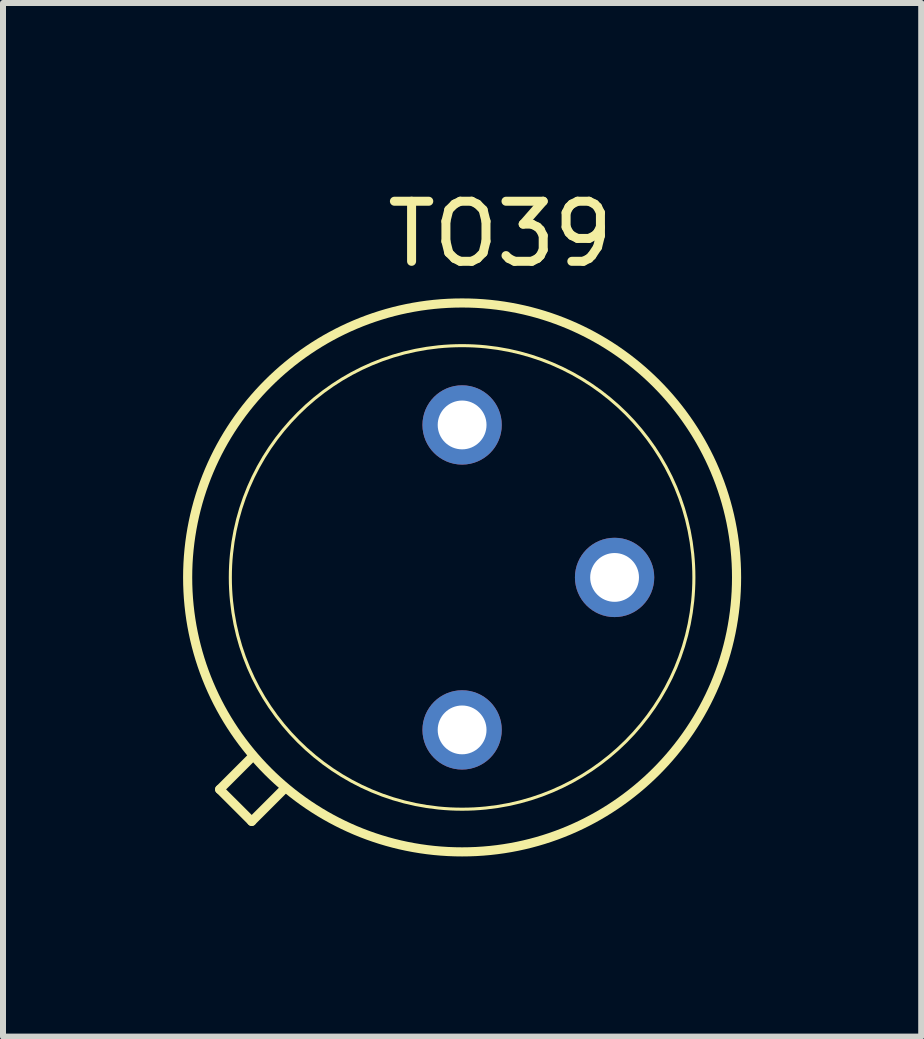
<source format=kicad_pcb>
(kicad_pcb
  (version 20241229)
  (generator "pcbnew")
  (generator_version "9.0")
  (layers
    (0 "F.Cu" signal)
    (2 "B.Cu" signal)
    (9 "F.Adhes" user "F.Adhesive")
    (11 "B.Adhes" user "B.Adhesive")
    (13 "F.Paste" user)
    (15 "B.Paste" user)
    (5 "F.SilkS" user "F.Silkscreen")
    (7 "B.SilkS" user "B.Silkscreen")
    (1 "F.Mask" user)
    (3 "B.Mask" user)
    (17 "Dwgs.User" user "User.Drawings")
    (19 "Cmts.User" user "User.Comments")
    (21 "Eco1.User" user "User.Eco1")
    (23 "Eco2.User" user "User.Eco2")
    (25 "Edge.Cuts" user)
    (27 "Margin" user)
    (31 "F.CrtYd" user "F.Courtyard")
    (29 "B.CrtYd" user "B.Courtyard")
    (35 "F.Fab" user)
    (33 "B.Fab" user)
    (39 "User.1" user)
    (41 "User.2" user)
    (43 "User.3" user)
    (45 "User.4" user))
  (footprint "TO39"
    (layer "F.Cu")
    (at 4.648 6.569)
    (property "Reference" "TO39" (at 0.636 -5.721 0) (layer "F.SilkS") (effects (font (size 1.001 1.001) (thickness 0.15))))
    (attr through_hole)
    (fp_line (start -4.039 3.531) (end -3.505 2.997) (stroke (width 0.152) (type solid)) (layer "F.SilkS"))
    (fp_line (start -3.505 4.064) (end -4.039 3.531) (stroke (width 0.152) (type solid)) (layer "F.SilkS"))
    (fp_line (start -2.972 3.531) (end -3.505 4.064) (stroke (width 0.152) (type solid)) (layer "F.SilkS"))
    (fp_circle (center 0 0) (end 3.861 0) (stroke (width 0.051) (type solid)) (fill no) (layer "F.SilkS"))
    (fp_circle (center 0 0) (end 4.572 0) (stroke (width 0.152) (type solid)) (fill no) (layer "F.SilkS"))
    (pad "1" thru_hole circle (at 0 2.54) (size 1.321 1.321) (drill 0.813) (layers "*.Cu" "*.Mask"))
    (pad "2" thru_hole circle (at 2.54 0) (size 1.321 1.321) (drill 0.813) (layers "*.Cu" "*.Mask"))
    (pad "3" thru_hole circle (at 0 -2.54) (size 1.321 1.321) (drill 0.813) (layers "*.Cu" "*.Mask")))
  (gr_rect
    (start -3 -3)
    (end 12.296 14.218)
    (stroke (width 0.1) (type default))
    (fill no)
    (layer "Edge.Cuts")))
</source>
